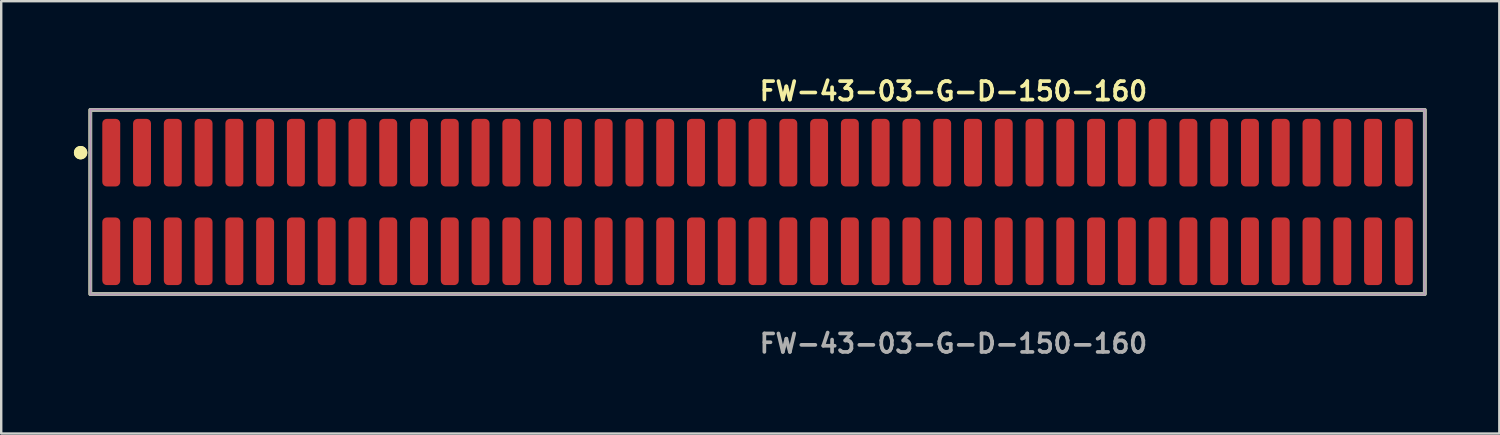
<source format=kicad_pcb>
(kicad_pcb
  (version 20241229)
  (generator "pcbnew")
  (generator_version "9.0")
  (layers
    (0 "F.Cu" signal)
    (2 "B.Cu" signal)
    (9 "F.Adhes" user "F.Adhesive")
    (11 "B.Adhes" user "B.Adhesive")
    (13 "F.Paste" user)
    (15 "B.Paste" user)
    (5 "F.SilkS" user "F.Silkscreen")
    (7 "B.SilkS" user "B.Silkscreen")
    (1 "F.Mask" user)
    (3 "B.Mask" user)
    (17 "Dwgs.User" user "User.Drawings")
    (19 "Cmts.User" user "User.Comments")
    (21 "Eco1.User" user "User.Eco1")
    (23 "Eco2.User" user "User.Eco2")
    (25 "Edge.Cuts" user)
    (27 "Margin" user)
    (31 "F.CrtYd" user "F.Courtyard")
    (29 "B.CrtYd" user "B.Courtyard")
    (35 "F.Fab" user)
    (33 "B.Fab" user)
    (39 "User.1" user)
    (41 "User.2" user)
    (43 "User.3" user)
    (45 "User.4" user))
  (footprint "FW-43-03-G-D-150-160"
    (layer "F.Cu")
    (at 28.211 5.285)
    (property "Reference" "FW-43-03-G-D-150-160" (at 0 -4.572 0) (unlocked yes) (layer "F.SilkS") (effects (font (size 0.762 0.762) (thickness 0.152)) (justify left)))
    (fp_rect (start -27.535 3.8) (end 27.535 -3.8) (stroke (width 0.152) (type solid)) (fill no) (layer "F.SilkS"))
    (fp_circle (center -27.935 -2.035) (end -28.135 -2.035) (stroke (width 0.152) (type solid)) (fill yes) (layer "F.SilkS"))
    (fp_circle (center -27.935 -2.035) (end -28.135 -2.035) (stroke (width 0.152) (type solid)) (fill yes) (layer "F.SilkS"))
    (fp_rect (start -27.535 3.8) (end 27.535 -3.8) (stroke (width 0.006) (type solid)) (fill no) (layer "F.CrtYd"))
    (fp_rect (start -27.535 3.8) (end 27.535 -3.8) (stroke (width 0.152) (type solid)) (fill no) (layer "F.Fab"))
    (fp_text user "${REFERENCE}" (at 0 5.842 0) (unlocked yes) (layer "F.Fab") (effects (font (size 0.762 0.762) (thickness 0.152)) (justify left)))
    (pad "1" smd roundrect (at -26.67 -2.035) (size 0.74 2.79) (layers "F.Cu" "F.Paste") (roundrect_rratio 0.25))
    (pad "2" smd roundrect (at -26.67 2.035) (size 0.74 2.79) (layers "F.Cu" "F.Paste") (roundrect_rratio 0.25))
    (pad "3" smd roundrect (at -25.4 -2.035) (size 0.74 2.79) (layers "F.Cu" "F.Paste") (roundrect_rratio 0.25))
    (pad "4" smd roundrect (at -25.4 2.035) (size 0.74 2.79) (layers "F.Cu" "F.Paste") (roundrect_rratio 0.25))
    (pad "5" smd roundrect (at -24.13 -2.035) (size 0.74 2.79) (layers "F.Cu" "F.Paste") (roundrect_rratio 0.25))
    (pad "6" smd roundrect (at -24.13 2.035) (size 0.74 2.79) (layers "F.Cu" "F.Paste") (roundrect_rratio 0.25))
    (pad "7" smd roundrect (at -22.86 -2.035) (size 0.74 2.79) (layers "F.Cu" "F.Paste") (roundrect_rratio 0.25))
    (pad "8" smd roundrect (at -22.86 2.035) (size 0.74 2.79) (layers "F.Cu" "F.Paste") (roundrect_rratio 0.25))
    (pad "9" smd roundrect (at -21.59 -2.035) (size 0.74 2.79) (layers "F.Cu" "F.Paste") (roundrect_rratio 0.25))
    (pad "10" smd roundrect (at -21.59 2.035) (size 0.74 2.79) (layers "F.Cu" "F.Paste") (roundrect_rratio 0.25))
    (pad "11" smd roundrect (at -20.32 -2.035) (size 0.74 2.79) (layers "F.Cu" "F.Paste") (roundrect_rratio 0.25))
    (pad "12" smd roundrect (at -20.32 2.035) (size 0.74 2.79) (layers "F.Cu" "F.Paste") (roundrect_rratio 0.25))
    (pad "13" smd roundrect (at -19.05 -2.035) (size 0.74 2.79) (layers "F.Cu" "F.Paste") (roundrect_rratio 0.25))
    (pad "14" smd roundrect (at -19.05 2.035) (size 0.74 2.79) (layers "F.Cu" "F.Paste") (roundrect_rratio 0.25))
    (pad "15" smd roundrect (at -17.78 -2.035) (size 0.74 2.79) (layers "F.Cu" "F.Paste") (roundrect_rratio 0.25))
    (pad "16" smd roundrect (at -17.78 2.035) (size 0.74 2.79) (layers "F.Cu" "F.Paste") (roundrect_rratio 0.25))
    (pad "17" smd roundrect (at -16.51 -2.035) (size 0.74 2.79) (layers "F.Cu" "F.Paste") (roundrect_rratio 0.25))
    (pad "18" smd roundrect (at -16.51 2.035) (size 0.74 2.79) (layers "F.Cu" "F.Paste") (roundrect_rratio 0.25))
    (pad "19" smd roundrect (at -15.24 -2.035) (size 0.74 2.79) (layers "F.Cu" "F.Paste") (roundrect_rratio 0.25))
    (pad "20" smd roundrect (at -15.24 2.035) (size 0.74 2.79) (layers "F.Cu" "F.Paste") (roundrect_rratio 0.25))
    (pad "21" smd roundrect (at -13.97 -2.035) (size 0.74 2.79) (layers "F.Cu" "F.Paste") (roundrect_rratio 0.25))
    (pad "22" smd roundrect (at -13.97 2.035) (size 0.74 2.79) (layers "F.Cu" "F.Paste") (roundrect_rratio 0.25))
    (pad "23" smd roundrect (at -12.7 -2.035) (size 0.74 2.79) (layers "F.Cu" "F.Paste") (roundrect_rratio 0.25))
    (pad "24" smd roundrect (at -12.7 2.035) (size 0.74 2.79) (layers "F.Cu" "F.Paste") (roundrect_rratio 0.25))
    (pad "25" smd roundrect (at -11.43 -2.035) (size 0.74 2.79) (layers "F.Cu" "F.Paste") (roundrect_rratio 0.25))
    (pad "26" smd roundrect (at -11.43 2.035) (size 0.74 2.79) (layers "F.Cu" "F.Paste") (roundrect_rratio 0.25))
    (pad "27" smd roundrect (at -10.16 -2.035) (size 0.74 2.79) (layers "F.Cu" "F.Paste") (roundrect_rratio 0.25))
    (pad "28" smd roundrect (at -10.16 2.035) (size 0.74 2.79) (layers "F.Cu" "F.Paste") (roundrect_rratio 0.25))
    (pad "29" smd roundrect (at -8.89 -2.035) (size 0.74 2.79) (layers "F.Cu" "F.Paste") (roundrect_rratio 0.25))
    (pad "30" smd roundrect (at -8.89 2.035) (size 0.74 2.79) (layers "F.Cu" "F.Paste") (roundrect_rratio 0.25))
    (pad "31" smd roundrect (at -7.62 -2.035) (size 0.74 2.79) (layers "F.Cu" "F.Paste") (roundrect_rratio 0.25))
    (pad "32" smd roundrect (at -7.62 2.035) (size 0.74 2.79) (layers "F.Cu" "F.Paste") (roundrect_rratio 0.25))
    (pad "33" smd roundrect (at -6.35 -2.035) (size 0.74 2.79) (layers "F.Cu" "F.Paste") (roundrect_rratio 0.25))
    (pad "34" smd roundrect (at -6.35 2.035) (size 0.74 2.79) (layers "F.Cu" "F.Paste") (roundrect_rratio 0.25))
    (pad "35" smd roundrect (at -5.08 -2.035) (size 0.74 2.79) (layers "F.Cu" "F.Paste") (roundrect_rratio 0.25))
    (pad "36" smd roundrect (at -5.08 2.035) (size 0.74 2.79) (layers "F.Cu" "F.Paste") (roundrect_rratio 0.25))
    (pad "37" smd roundrect (at -3.81 -2.035) (size 0.74 2.79) (layers "F.Cu" "F.Paste") (roundrect_rratio 0.25))
    (pad "38" smd roundrect (at -3.81 2.035) (size 0.74 2.79) (layers "F.Cu" "F.Paste") (roundrect_rratio 0.25))
    (pad "39" smd roundrect (at -2.54 -2.035) (size 0.74 2.79) (layers "F.Cu" "F.Paste") (roundrect_rratio 0.25))
    (pad "40" smd roundrect (at -2.54 2.035) (size 0.74 2.79) (layers "F.Cu" "F.Paste") (roundrect_rratio 0.25))
    (pad "41" smd roundrect (at -1.27 -2.035) (size 0.74 2.79) (layers "F.Cu" "F.Paste") (roundrect_rratio 0.25))
    (pad "42" smd roundrect (at -1.27 2.035) (size 0.74 2.79) (layers "F.Cu" "F.Paste") (roundrect_rratio 0.25))
    (pad "43" smd roundrect (at 0 -2.035) (size 0.74 2.79) (layers "F.Cu" "F.Paste") (roundrect_rratio 0.25))
    (pad "44" smd roundrect (at 0 2.035) (size 0.74 2.79) (layers "F.Cu" "F.Paste") (roundrect_rratio 0.25))
    (pad "45" smd roundrect (at 1.27 -2.035) (size 0.74 2.79) (layers "F.Cu" "F.Paste") (roundrect_rratio 0.25))
    (pad "46" smd roundrect (at 1.27 2.035) (size 0.74 2.79) (layers "F.Cu" "F.Paste") (roundrect_rratio 0.25))
    (pad "47" smd roundrect (at 2.54 -2.035) (size 0.74 2.79) (layers "F.Cu" "F.Paste") (roundrect_rratio 0.25))
    (pad "48" smd roundrect (at 2.54 2.035) (size 0.74 2.79) (layers "F.Cu" "F.Paste") (roundrect_rratio 0.25))
    (pad "49" smd roundrect (at 3.81 -2.035) (size 0.74 2.79) (layers "F.Cu" "F.Paste") (roundrect_rratio 0.25))
    (pad "50" smd roundrect (at 3.81 2.035) (size 0.74 2.79) (layers "F.Cu" "F.Paste") (roundrect_rratio 0.25))
    (pad "51" smd roundrect (at 5.08 -2.035) (size 0.74 2.79) (layers "F.Cu" "F.Paste") (roundrect_rratio 0.25))
    (pad "52" smd roundrect (at 5.08 2.035) (size 0.74 2.79) (layers "F.Cu" "F.Paste") (roundrect_rratio 0.25))
    (pad "53" smd roundrect (at 6.35 -2.035) (size 0.74 2.79) (layers "F.Cu" "F.Paste") (roundrect_rratio 0.25))
    (pad "54" smd roundrect (at 6.35 2.035) (size 0.74 2.79) (layers "F.Cu" "F.Paste") (roundrect_rratio 0.25))
    (pad "55" smd roundrect (at 7.62 -2.035) (size 0.74 2.79) (layers "F.Cu" "F.Paste") (roundrect_rratio 0.25))
    (pad "56" smd roundrect (at 7.62 2.035) (size 0.74 2.79) (layers "F.Cu" "F.Paste") (roundrect_rratio 0.25))
    (pad "57" smd roundrect (at 8.89 -2.035) (size 0.74 2.79) (layers "F.Cu" "F.Paste") (roundrect_rratio 0.25))
    (pad "58" smd roundrect (at 8.89 2.035) (size 0.74 2.79) (layers "F.Cu" "F.Paste") (roundrect_rratio 0.25))
    (pad "59" smd roundrect (at 10.16 -2.035) (size 0.74 2.79) (layers "F.Cu" "F.Paste") (roundrect_rratio 0.25))
    (pad "60" smd roundrect (at 10.16 2.035) (size 0.74 2.79) (layers "F.Cu" "F.Paste") (roundrect_rratio 0.25))
    (pad "61" smd roundrect (at 11.43 -2.035) (size 0.74 2.79) (layers "F.Cu" "F.Paste") (roundrect_rratio 0.25))
    (pad "62" smd roundrect (at 11.43 2.035) (size 0.74 2.79) (layers "F.Cu" "F.Paste") (roundrect_rratio 0.25))
    (pad "63" smd roundrect (at 12.7 -2.035) (size 0.74 2.79) (layers "F.Cu" "F.Paste") (roundrect_rratio 0.25))
    (pad "64" smd roundrect (at 12.7 2.035) (size 0.74 2.79) (layers "F.Cu" "F.Paste") (roundrect_rratio 0.25))
    (pad "65" smd roundrect (at 13.97 -2.035) (size 0.74 2.79) (layers "F.Cu" "F.Paste") (roundrect_rratio 0.25))
    (pad "66" smd roundrect (at 13.97 2.035) (size 0.74 2.79) (layers "F.Cu" "F.Paste") (roundrect_rratio 0.25))
    (pad "67" smd roundrect (at 15.24 -2.035) (size 0.74 2.79) (layers "F.Cu" "F.Paste") (roundrect_rratio 0.25))
    (pad "68" smd roundrect (at 15.24 2.035) (size 0.74 2.79) (layers "F.Cu" "F.Paste") (roundrect_rratio 0.25))
    (pad "69" smd roundrect (at 16.51 -2.035) (size 0.74 2.79) (layers "F.Cu" "F.Paste") (roundrect_rratio 0.25))
    (pad "70" smd roundrect (at 16.51 2.035) (size 0.74 2.79) (layers "F.Cu" "F.Paste") (roundrect_rratio 0.25))
    (pad "71" smd roundrect (at 17.78 -2.035) (size 0.74 2.79) (layers "F.Cu" "F.Paste") (roundrect_rratio 0.25))
    (pad "72" smd roundrect (at 17.78 2.035) (size 0.74 2.79) (layers "F.Cu" "F.Paste") (roundrect_rratio 0.25))
    (pad "73" smd roundrect (at 19.05 -2.035) (size 0.74 2.79) (layers "F.Cu" "F.Paste") (roundrect_rratio 0.25))
    (pad "74" smd roundrect (at 19.05 2.035) (size 0.74 2.79) (layers "F.Cu" "F.Paste") (roundrect_rratio 0.25))
    (pad "75" smd roundrect (at 20.32 -2.035) (size 0.74 2.79) (layers "F.Cu" "F.Paste") (roundrect_rratio 0.25))
    (pad "76" smd roundrect (at 20.32 2.035) (size 0.74 2.79) (layers "F.Cu" "F.Paste") (roundrect_rratio 0.25))
    (pad "77" smd roundrect (at 21.59 -2.035) (size 0.74 2.79) (layers "F.Cu" "F.Paste") (roundrect_rratio 0.25))
    (pad "78" smd roundrect (at 21.59 2.035) (size 0.74 2.79) (layers "F.Cu" "F.Paste") (roundrect_rratio 0.25))
    (pad "79" smd roundrect (at 22.86 -2.035) (size 0.74 2.79) (layers "F.Cu" "F.Paste") (roundrect_rratio 0.25))
    (pad "80" smd roundrect (at 22.86 2.035) (size 0.74 2.79) (layers "F.Cu" "F.Paste") (roundrect_rratio 0.25))
    (pad "81" smd roundrect (at 24.13 -2.035) (size 0.74 2.79) (layers "F.Cu" "F.Paste") (roundrect_rratio 0.25))
    (pad "82" smd roundrect (at 24.13 2.035) (size 0.74 2.79) (layers "F.Cu" "F.Paste") (roundrect_rratio 0.25))
    (pad "83" smd roundrect (at 25.4 -2.035) (size 0.74 2.79) (layers "F.Cu" "F.Paste") (roundrect_rratio 0.25))
    (pad "84" smd roundrect (at 25.4 2.035) (size 0.74 2.79) (layers "F.Cu" "F.Paste") (roundrect_rratio 0.25))
    (pad "85" smd roundrect (at 26.67 -2.035) (size 0.74 2.79) (layers "F.Cu" "F.Paste") (roundrect_rratio 0.25))
    (pad "86" smd roundrect (at 26.67 2.035) (size 0.74 2.79) (layers "F.Cu" "F.Paste") (roundrect_rratio 0.25)))
  (gr_rect
    (start -3 -3)
    (end 58.822 14.84)
    (stroke (width 0.1) (type default))
    (fill no)
    (layer "Edge.Cuts")))
</source>
